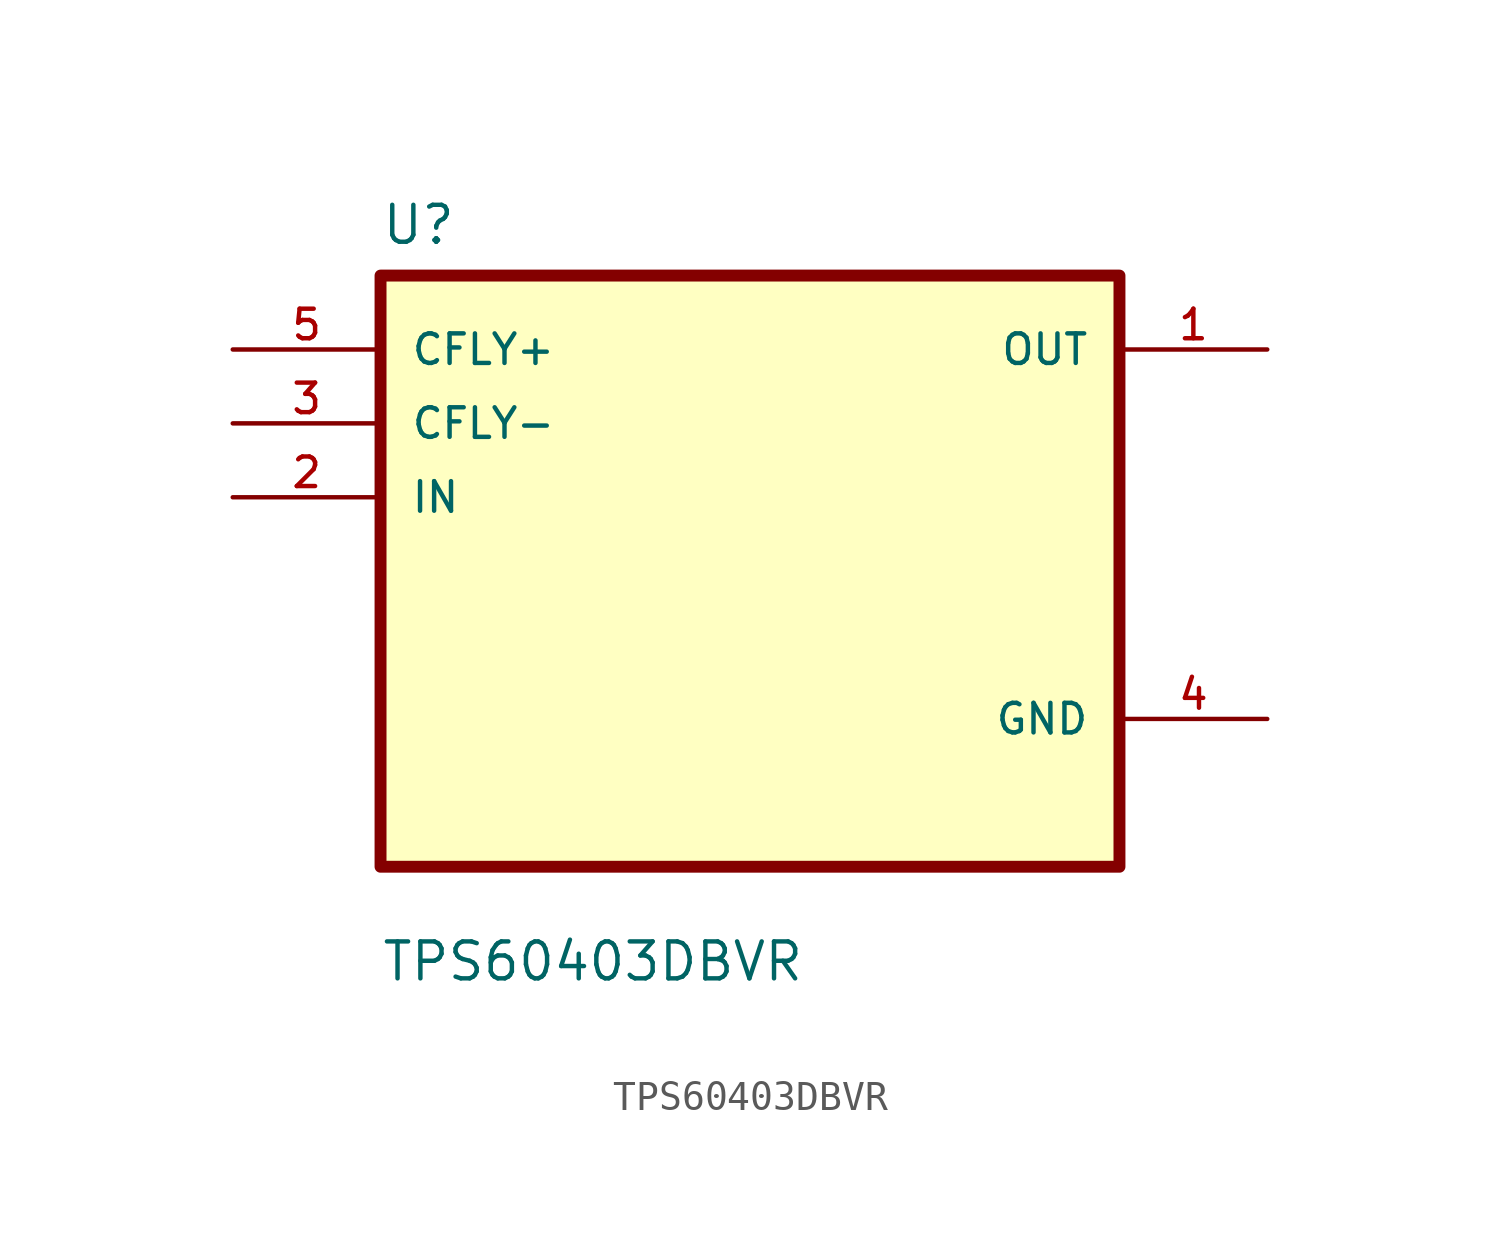
<source format=kicad_sym>
(kicad_symbol_lib
  (version 20211014)
  (generator kicad_symbol_editor)
  (symbol "TPS60403DBVR"
    (pin_names
      (offset 1.016))
    (property "Reference" "U"
      (at -12.7 11.16 0.0)
      (effects (font (size 1.27 1.27)) (justify bottom left)))
    (property "Value" "TPS60403DBVR"
      (at -12.7 -14.16 0.0)
      (effects (font (size 1.27 1.27)) (justify bottom left)))
    (symbol "TPS60403DBVR_0_0"
      (rectangle (start -12.7 -10.16) (end 12.7 10.16) (stroke (width 0.41)) (fill (type background)))
      (pin input line (at -17.78 7.62 0) (length 5.08) (name "CFLY+" (effects (font (size 1.016 1.016)))) (number "5" (effects (font (size 1.016 1.016)))))
      (pin input line (at -17.78 5.08 0) (length 5.08) (name "CFLY-" (effects (font (size 1.016 1.016)))) (number "3" (effects (font (size 1.016 1.016)))))
      (pin input line (at -17.78 2.54 0) (length 5.08) (name "IN" (effects (font (size 1.016 1.016)))) (number "2" (effects (font (size 1.016 1.016)))))
      (pin output line (at 17.78 7.62 180.0) (length 5.08) (name "OUT" (effects (font (size 1.016 1.016)))) (number "1" (effects (font (size 1.016 1.016)))))
      (pin power_in line (at 17.78 -5.08 180.0) (length 5.08) (name "GND" (effects (font (size 1.016 1.016)))) (number "4" (effects (font (size 1.016 1.016))))))))
</source>
